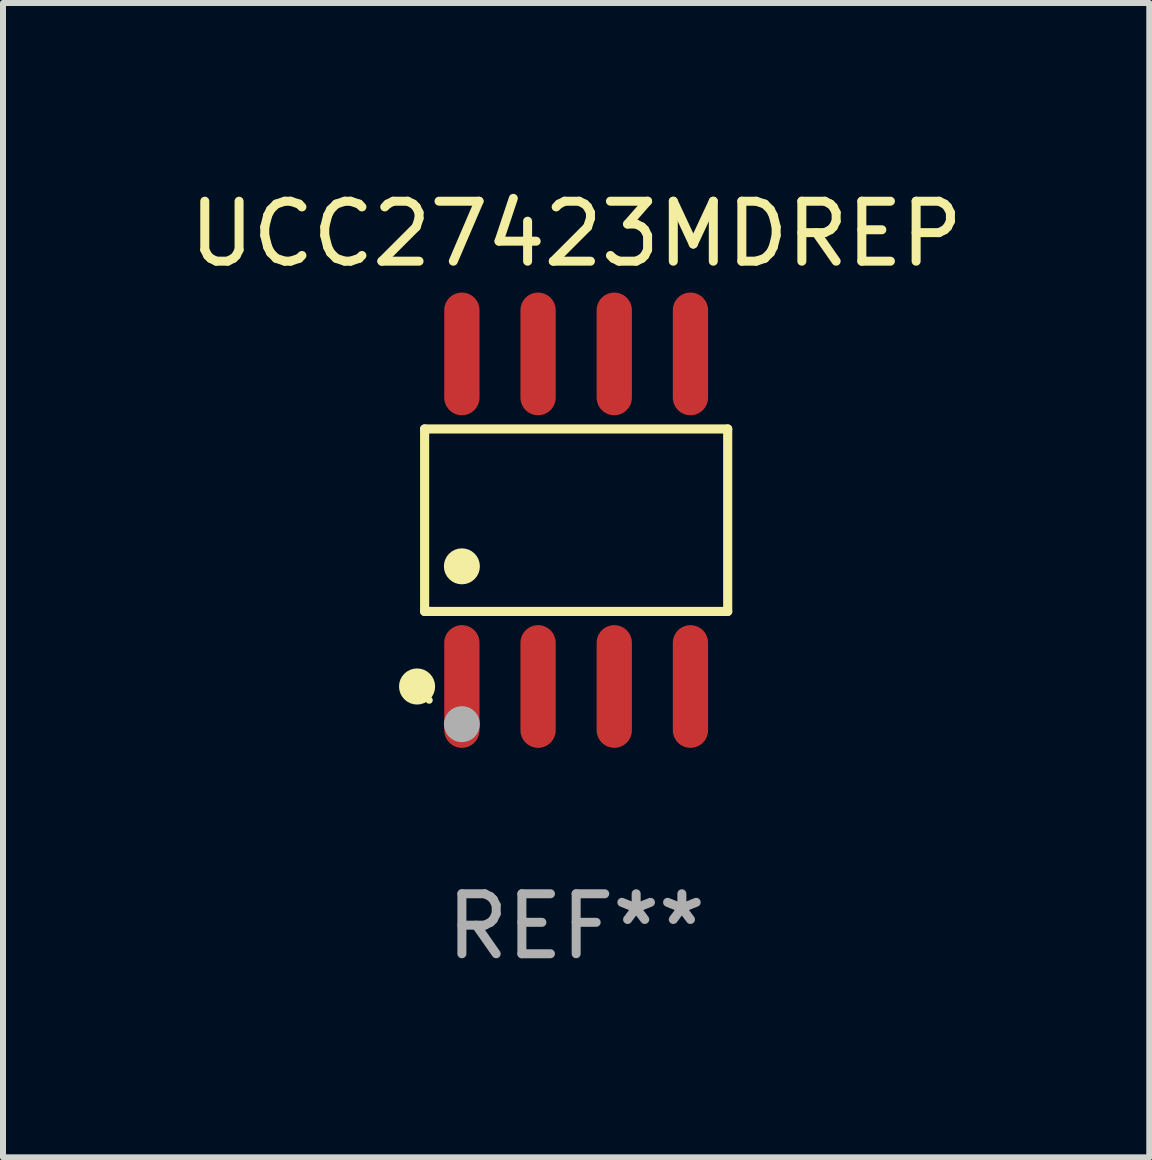
<source format=kicad_pcb>
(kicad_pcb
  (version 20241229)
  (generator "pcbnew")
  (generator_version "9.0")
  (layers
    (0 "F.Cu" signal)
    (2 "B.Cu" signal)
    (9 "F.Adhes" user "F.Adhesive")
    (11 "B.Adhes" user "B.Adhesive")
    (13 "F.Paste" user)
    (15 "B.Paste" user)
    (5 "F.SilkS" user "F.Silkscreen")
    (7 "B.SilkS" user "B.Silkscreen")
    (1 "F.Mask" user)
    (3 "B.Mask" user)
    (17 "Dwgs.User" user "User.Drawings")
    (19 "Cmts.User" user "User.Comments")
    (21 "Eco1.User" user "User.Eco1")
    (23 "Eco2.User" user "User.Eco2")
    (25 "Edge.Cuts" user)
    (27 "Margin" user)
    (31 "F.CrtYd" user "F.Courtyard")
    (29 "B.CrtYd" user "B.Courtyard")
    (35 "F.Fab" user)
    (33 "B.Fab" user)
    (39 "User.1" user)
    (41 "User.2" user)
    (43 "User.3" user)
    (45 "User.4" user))
  (footprint "UCC27423MDREP"
    (layer "F.Cu")
    (at 6.554 5.621)
    (property "Reference" "UCC27423MDREP" (at 0 -4.772 0) (layer "F.SilkS") (effects (font (size 1 1) (thickness 0.15))))
    (attr through_hole)
    (fp_line (start -2.526 -1.521) (end 2.526 -1.521) (stroke (width 0.152) (type solid)) (layer "F.SilkS"))
    (fp_line (start -2.526 1.521) (end -2.526 -1.521) (stroke (width 0.152) (type solid)) (layer "F.SilkS"))
    (fp_line (start 2.526 -1.521) (end 2.526 1.521) (stroke (width 0.152) (type solid)) (layer "F.SilkS"))
    (fp_line (start 2.526 1.521) (end -2.526 1.521) (stroke (width 0.152) (type solid)) (layer "F.SilkS"))
    (fp_circle (center -2.652 2.772) (end -2.501 2.772) (stroke (width 0.3) (type solid)) (fill no) (layer "F.SilkS"))
    (fp_circle (center -2.45 3) (end -2.42 3) (stroke (width 0.06) (type solid)) (fill no) (layer "F.SilkS"))
    (fp_circle (center -1.905 0.769) (end -1.755 0.769) (stroke (width 0.3) (type solid)) (fill no) (layer "F.SilkS"))
    (fp_circle (center -1.905 3.4) (end -1.755 3.4) (stroke (width 0.3) (type solid)) (fill no) (layer "F.Fab"))
    (fp_text user "REF**" (at 0 6.772 0) (layer "F.Fab") (effects (font (size 1 1) (thickness 0.15))))
    (pad "1" smd oval (at -1.905 2.772) (size 0.588 2.045) (layers "F.Cu" "F.Mask" "F.Paste"))
    (pad "2" smd oval (at -0.635 2.772) (size 0.588 2.045) (layers "F.Cu" "F.Mask" "F.Paste"))
    (pad "3" smd oval (at 0.635 2.772) (size 0.588 2.045) (layers "F.Cu" "F.Mask" "F.Paste"))
    (pad "4" smd oval (at 1.905 2.772) (size 0.588 2.045) (layers "F.Cu" "F.Mask" "F.Paste"))
    (pad "5" smd oval (at 1.905 -2.772) (size 0.588 2.045) (layers "F.Cu" "F.Mask" "F.Paste"))
    (pad "6" smd oval (at 0.635 -2.772) (size 0.588 2.045) (layers "F.Cu" "F.Mask" "F.Paste"))
    (pad "7" smd oval (at -0.635 -2.772) (size 0.588 2.045) (layers "F.Cu" "F.Mask" "F.Paste"))
    (pad "8" smd oval (at -1.905 -2.772) (size 0.588 2.045) (layers "F.Cu" "F.Mask" "F.Paste")))
  (gr_rect
    (start -3 -3)
    (end 16.107 16.241)
    (stroke (width 0.1) (type default))
    (fill no)
    (layer "Edge.Cuts")))
</source>
